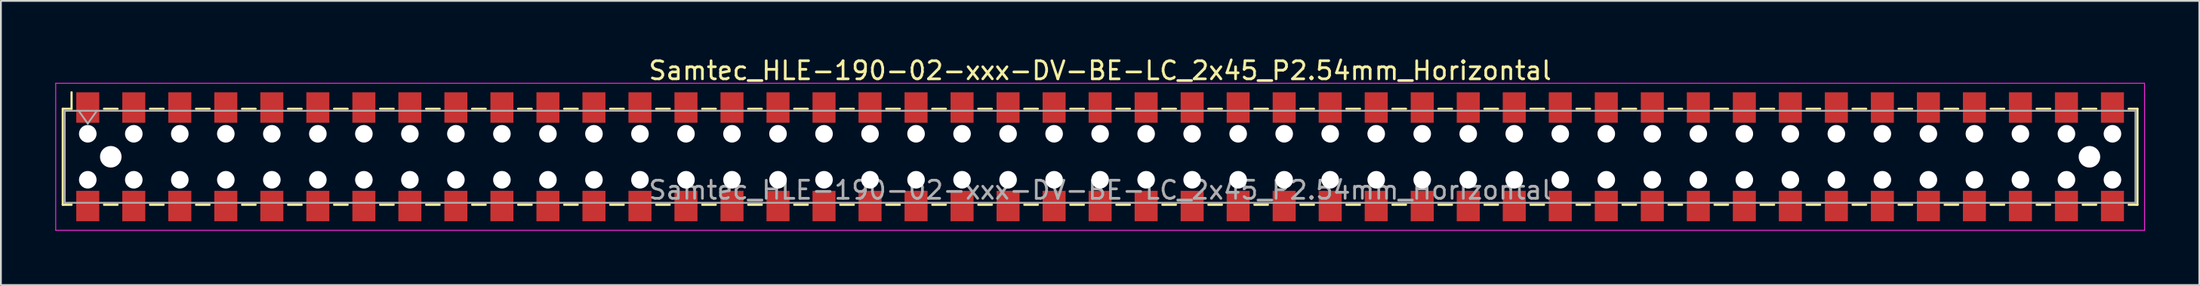
<source format=kicad_pcb>
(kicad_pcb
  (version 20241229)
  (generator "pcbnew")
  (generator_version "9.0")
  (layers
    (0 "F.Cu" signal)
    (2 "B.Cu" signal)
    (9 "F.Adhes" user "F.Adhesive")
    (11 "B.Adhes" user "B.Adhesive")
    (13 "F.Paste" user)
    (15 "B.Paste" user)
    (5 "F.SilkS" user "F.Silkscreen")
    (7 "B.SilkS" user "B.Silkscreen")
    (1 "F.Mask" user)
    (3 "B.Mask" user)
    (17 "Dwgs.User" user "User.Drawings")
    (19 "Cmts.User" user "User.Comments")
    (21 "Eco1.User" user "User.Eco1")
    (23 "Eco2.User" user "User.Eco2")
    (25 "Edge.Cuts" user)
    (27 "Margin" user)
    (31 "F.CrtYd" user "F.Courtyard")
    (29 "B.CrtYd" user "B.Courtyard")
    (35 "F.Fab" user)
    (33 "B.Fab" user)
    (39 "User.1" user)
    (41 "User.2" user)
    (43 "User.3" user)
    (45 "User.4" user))
  (footprint "Samtec_HLE-190-02-xxx-DV-BE-LC_2x45_P2.54mm_Horizontal"
    (layer "F.Cu")
    (at 57.675 5.608)
    (property "Reference" "Samtec_HLE-190-02-xxx-DV-BE-LC_2x45_P2.54mm_Horizontal" (at 0 -4.76 0) (layer "F.SilkS") (effects (font (size 1 1) (thickness 0.15))))
    (attr smd)
    (fp_line (start -57.26 -2.65) (end -57.26 2.65) (stroke (width 0.12) (type solid)) (layer "F.SilkS"))
    (fp_line (start -57.26 2.65) (end -56.775 2.65) (stroke (width 0.12) (type solid)) (layer "F.SilkS"))
    (fp_line (start -56.775 -3.56) (end -56.775 -2.65) (stroke (width 0.12) (type solid)) (layer "F.SilkS"))
    (fp_line (start -56.775 -2.65) (end -57.26 -2.65) (stroke (width 0.12) (type solid)) (layer "F.SilkS"))
    (fp_line (start -54.985 -2.65) (end -54.235 -2.65) (stroke (width 0.12) (type solid)) (layer "F.SilkS"))
    (fp_line (start -54.985 2.65) (end -54.235 2.65) (stroke (width 0.12) (type solid)) (layer "F.SilkS"))
    (fp_line (start -52.445 -2.65) (end -51.695 -2.65) (stroke (width 0.12) (type solid)) (layer "F.SilkS"))
    (fp_line (start -52.445 2.65) (end -51.695 2.65) (stroke (width 0.12) (type solid)) (layer "F.SilkS"))
    (fp_line (start -49.905 -2.65) (end -49.155 -2.65) (stroke (width 0.12) (type solid)) (layer "F.SilkS"))
    (fp_line (start -49.905 2.65) (end -49.155 2.65) (stroke (width 0.12) (type solid)) (layer "F.SilkS"))
    (fp_line (start -47.365 -2.65) (end -46.615 -2.65) (stroke (width 0.12) (type solid)) (layer "F.SilkS"))
    (fp_line (start -47.365 2.65) (end -46.615 2.65) (stroke (width 0.12) (type solid)) (layer "F.SilkS"))
    (fp_line (start -44.825 -2.65) (end -44.075 -2.65) (stroke (width 0.12) (type solid)) (layer "F.SilkS"))
    (fp_line (start -44.825 2.65) (end -44.075 2.65) (stroke (width 0.12) (type solid)) (layer "F.SilkS"))
    (fp_line (start -42.285 -2.65) (end -41.535 -2.65) (stroke (width 0.12) (type solid)) (layer "F.SilkS"))
    (fp_line (start -42.285 2.65) (end -41.535 2.65) (stroke (width 0.12) (type solid)) (layer "F.SilkS"))
    (fp_line (start -39.745 -2.65) (end -38.995 -2.65) (stroke (width 0.12) (type solid)) (layer "F.SilkS"))
    (fp_line (start -39.745 2.65) (end -38.995 2.65) (stroke (width 0.12) (type solid)) (layer "F.SilkS"))
    (fp_line (start -37.205 -2.65) (end -36.455 -2.65) (stroke (width 0.12) (type solid)) (layer "F.SilkS"))
    (fp_line (start -37.205 2.65) (end -36.455 2.65) (stroke (width 0.12) (type solid)) (layer "F.SilkS"))
    (fp_line (start -34.665 -2.65) (end -33.915 -2.65) (stroke (width 0.12) (type solid)) (layer "F.SilkS"))
    (fp_line (start -34.665 2.65) (end -33.915 2.65) (stroke (width 0.12) (type solid)) (layer "F.SilkS"))
    (fp_line (start -32.125 -2.65) (end -31.375 -2.65) (stroke (width 0.12) (type solid)) (layer "F.SilkS"))
    (fp_line (start -32.125 2.65) (end -31.375 2.65) (stroke (width 0.12) (type solid)) (layer "F.SilkS"))
    (fp_line (start -29.585 -2.65) (end -28.835 -2.65) (stroke (width 0.12) (type solid)) (layer "F.SilkS"))
    (fp_line (start -29.585 2.65) (end -28.835 2.65) (stroke (width 0.12) (type solid)) (layer "F.SilkS"))
    (fp_line (start -27.045 -2.65) (end -26.295 -2.65) (stroke (width 0.12) (type solid)) (layer "F.SilkS"))
    (fp_line (start -27.045 2.65) (end -26.295 2.65) (stroke (width 0.12) (type solid)) (layer "F.SilkS"))
    (fp_line (start -24.505 -2.65) (end -23.755 -2.65) (stroke (width 0.12) (type solid)) (layer "F.SilkS"))
    (fp_line (start -24.505 2.65) (end -23.755 2.65) (stroke (width 0.12) (type solid)) (layer "F.SilkS"))
    (fp_line (start -21.965 -2.65) (end -21.215 -2.65) (stroke (width 0.12) (type solid)) (layer "F.SilkS"))
    (fp_line (start -21.965 2.65) (end -21.215 2.65) (stroke (width 0.12) (type solid)) (layer "F.SilkS"))
    (fp_line (start -19.425 -2.65) (end -18.675 -2.65) (stroke (width 0.12) (type solid)) (layer "F.SilkS"))
    (fp_line (start -19.425 2.65) (end -18.675 2.65) (stroke (width 0.12) (type solid)) (layer "F.SilkS"))
    (fp_line (start -16.885 -2.65) (end -16.135 -2.65) (stroke (width 0.12) (type solid)) (layer "F.SilkS"))
    (fp_line (start -16.885 2.65) (end -16.135 2.65) (stroke (width 0.12) (type solid)) (layer "F.SilkS"))
    (fp_line (start -14.345 -2.65) (end -13.595 -2.65) (stroke (width 0.12) (type solid)) (layer "F.SilkS"))
    (fp_line (start -14.345 2.65) (end -13.595 2.65) (stroke (width 0.12) (type solid)) (layer "F.SilkS"))
    (fp_line (start -11.805 -2.65) (end -11.055 -2.65) (stroke (width 0.12) (type solid)) (layer "F.SilkS"))
    (fp_line (start -11.805 2.65) (end -11.055 2.65) (stroke (width 0.12) (type solid)) (layer "F.SilkS"))
    (fp_line (start -9.265 -2.65) (end -8.515 -2.65) (stroke (width 0.12) (type solid)) (layer "F.SilkS"))
    (fp_line (start -9.265 2.65) (end -8.515 2.65) (stroke (width 0.12) (type solid)) (layer "F.SilkS"))
    (fp_line (start -6.725 -2.65) (end -5.975 -2.65) (stroke (width 0.12) (type solid)) (layer "F.SilkS"))
    (fp_line (start -6.725 2.65) (end -5.975 2.65) (stroke (width 0.12) (type solid)) (layer "F.SilkS"))
    (fp_line (start -4.185 -2.65) (end -3.435 -2.65) (stroke (width 0.12) (type solid)) (layer "F.SilkS"))
    (fp_line (start -4.185 2.65) (end -3.435 2.65) (stroke (width 0.12) (type solid)) (layer "F.SilkS"))
    (fp_line (start -1.645 -2.65) (end -0.895 -2.65) (stroke (width 0.12) (type solid)) (layer "F.SilkS"))
    (fp_line (start -1.645 2.65) (end -0.895 2.65) (stroke (width 0.12) (type solid)) (layer "F.SilkS"))
    (fp_line (start 0.895 -2.65) (end 1.645 -2.65) (stroke (width 0.12) (type solid)) (layer "F.SilkS"))
    (fp_line (start 0.895 2.65) (end 1.645 2.65) (stroke (width 0.12) (type solid)) (layer "F.SilkS"))
    (fp_line (start 3.435 -2.65) (end 4.185 -2.65) (stroke (width 0.12) (type solid)) (layer "F.SilkS"))
    (fp_line (start 3.435 2.65) (end 4.185 2.65) (stroke (width 0.12) (type solid)) (layer "F.SilkS"))
    (fp_line (start 5.975 -2.65) (end 6.725 -2.65) (stroke (width 0.12) (type solid)) (layer "F.SilkS"))
    (fp_line (start 5.975 2.65) (end 6.725 2.65) (stroke (width 0.12) (type solid)) (layer "F.SilkS"))
    (fp_line (start 8.515 -2.65) (end 9.265 -2.65) (stroke (width 0.12) (type solid)) (layer "F.SilkS"))
    (fp_line (start 8.515 2.65) (end 9.265 2.65) (stroke (width 0.12) (type solid)) (layer "F.SilkS"))
    (fp_line (start 11.055 -2.65) (end 11.805 -2.65) (stroke (width 0.12) (type solid)) (layer "F.SilkS"))
    (fp_line (start 11.055 2.65) (end 11.805 2.65) (stroke (width 0.12) (type solid)) (layer "F.SilkS"))
    (fp_line (start 13.595 -2.65) (end 14.345 -2.65) (stroke (width 0.12) (type solid)) (layer "F.SilkS"))
    (fp_line (start 13.595 2.65) (end 14.345 2.65) (stroke (width 0.12) (type solid)) (layer "F.SilkS"))
    (fp_line (start 16.135 -2.65) (end 16.885 -2.65) (stroke (width 0.12) (type solid)) (layer "F.SilkS"))
    (fp_line (start 16.135 2.65) (end 16.885 2.65) (stroke (width 0.12) (type solid)) (layer "F.SilkS"))
    (fp_line (start 18.675 -2.65) (end 19.425 -2.65) (stroke (width 0.12) (type solid)) (layer "F.SilkS"))
    (fp_line (start 18.675 2.65) (end 19.425 2.65) (stroke (width 0.12) (type solid)) (layer "F.SilkS"))
    (fp_line (start 21.215 -2.65) (end 21.965 -2.65) (stroke (width 0.12) (type solid)) (layer "F.SilkS"))
    (fp_line (start 21.215 2.65) (end 21.965 2.65) (stroke (width 0.12) (type solid)) (layer "F.SilkS"))
    (fp_line (start 23.755 -2.65) (end 24.505 -2.65) (stroke (width 0.12) (type solid)) (layer "F.SilkS"))
    (fp_line (start 23.755 2.65) (end 24.505 2.65) (stroke (width 0.12) (type solid)) (layer "F.SilkS"))
    (fp_line (start 26.295 -2.65) (end 27.045 -2.65) (stroke (width 0.12) (type solid)) (layer "F.SilkS"))
    (fp_line (start 26.295 2.65) (end 27.045 2.65) (stroke (width 0.12) (type solid)) (layer "F.SilkS"))
    (fp_line (start 28.835 -2.65) (end 29.585 -2.65) (stroke (width 0.12) (type solid)) (layer "F.SilkS"))
    (fp_line (start 28.835 2.65) (end 29.585 2.65) (stroke (width 0.12) (type solid)) (layer "F.SilkS"))
    (fp_line (start 31.375 -2.65) (end 32.125 -2.65) (stroke (width 0.12) (type solid)) (layer "F.SilkS"))
    (fp_line (start 31.375 2.65) (end 32.125 2.65) (stroke (width 0.12) (type solid)) (layer "F.SilkS"))
    (fp_line (start 33.915 -2.65) (end 34.665 -2.65) (stroke (width 0.12) (type solid)) (layer "F.SilkS"))
    (fp_line (start 33.915 2.65) (end 34.665 2.65) (stroke (width 0.12) (type solid)) (layer "F.SilkS"))
    (fp_line (start 36.455 -2.65) (end 37.205 -2.65) (stroke (width 0.12) (type solid)) (layer "F.SilkS"))
    (fp_line (start 36.455 2.65) (end 37.205 2.65) (stroke (width 0.12) (type solid)) (layer "F.SilkS"))
    (fp_line (start 38.995 -2.65) (end 39.745 -2.65) (stroke (width 0.12) (type solid)) (layer "F.SilkS"))
    (fp_line (start 38.995 2.65) (end 39.745 2.65) (stroke (width 0.12) (type solid)) (layer "F.SilkS"))
    (fp_line (start 41.535 -2.65) (end 42.285 -2.65) (stroke (width 0.12) (type solid)) (layer "F.SilkS"))
    (fp_line (start 41.535 2.65) (end 42.285 2.65) (stroke (width 0.12) (type solid)) (layer "F.SilkS"))
    (fp_line (start 44.075 -2.65) (end 44.825 -2.65) (stroke (width 0.12) (type solid)) (layer "F.SilkS"))
    (fp_line (start 44.075 2.65) (end 44.825 2.65) (stroke (width 0.12) (type solid)) (layer "F.SilkS"))
    (fp_line (start 46.615 -2.65) (end 47.365 -2.65) (stroke (width 0.12) (type solid)) (layer "F.SilkS"))
    (fp_line (start 46.615 2.65) (end 47.365 2.65) (stroke (width 0.12) (type solid)) (layer "F.SilkS"))
    (fp_line (start 49.155 -2.65) (end 49.905 -2.65) (stroke (width 0.12) (type solid)) (layer "F.SilkS"))
    (fp_line (start 49.155 2.65) (end 49.905 2.65) (stroke (width 0.12) (type solid)) (layer "F.SilkS"))
    (fp_line (start 51.695 -2.65) (end 52.445 -2.65) (stroke (width 0.12) (type solid)) (layer "F.SilkS"))
    (fp_line (start 51.695 2.65) (end 52.445 2.65) (stroke (width 0.12) (type solid)) (layer "F.SilkS"))
    (fp_line (start 54.235 -2.65) (end 54.985 -2.65) (stroke (width 0.12) (type solid)) (layer "F.SilkS"))
    (fp_line (start 54.235 2.65) (end 54.985 2.65) (stroke (width 0.12) (type solid)) (layer "F.SilkS"))
    (fp_line (start 56.775 -2.65) (end 57.26 -2.65) (stroke (width 0.12) (type solid)) (layer "F.SilkS"))
    (fp_line (start 57.26 -2.65) (end 57.26 2.65) (stroke (width 0.12) (type solid)) (layer "F.SilkS"))
    (fp_line (start 57.26 2.65) (end 56.775 2.65) (stroke (width 0.12) (type solid)) (layer "F.SilkS"))
    (fp_line (start -57.65 -4.06) (end 57.65 -4.06) (stroke (width 0.05) (type solid)) (layer "F.CrtYd"))
    (fp_line (start -57.65 4.06) (end -57.65 -4.06) (stroke (width 0.05) (type solid)) (layer "F.CrtYd"))
    (fp_line (start 57.65 -4.06) (end 57.65 4.06) (stroke (width 0.05) (type solid)) (layer "F.CrtYd"))
    (fp_line (start 57.65 4.06) (end -57.65 4.06) (stroke (width 0.05) (type solid)) (layer "F.CrtYd"))
    (fp_line (start -57.15 -2.54) (end 57.15 -2.54) (stroke (width 0.1) (type solid)) (layer "F.Fab"))
    (fp_line (start -57.15 2.54) (end -57.15 -2.54) (stroke (width 0.1) (type solid)) (layer "F.Fab"))
    (fp_line (start -56.38 -2.54) (end -55.88 -1.833) (stroke (width 0.1) (type solid)) (layer "F.Fab"))
    (fp_line (start -55.88 -1.833) (end -55.38 -2.54) (stroke (width 0.1) (type solid)) (layer "F.Fab"))
    (fp_line (start 57.15 -2.54) (end 57.15 2.54) (stroke (width 0.1) (type solid)) (layer "F.Fab"))
    (fp_line (start 57.15 2.54) (end -57.15 2.54) (stroke (width 0.1) (type solid)) (layer "F.Fab"))
    (fp_text user "${REFERENCE}" (at 0 1.84 0) (layer "F.Fab") (effects (font (size 1 1) (thickness 0.15))))
    (pad "" np_thru_hole circle (at -55.88 -1.27) (size 0.97 0.97) (drill 0.97) (layers "*.Cu" "*.Mask"))
    (pad "" np_thru_hole circle (at -55.88 1.27) (size 0.97 0.97) (drill 0.97) (layers "*.Cu" "*.Mask"))
    (pad "" np_thru_hole circle (at -54.61 0) (size 1.19 1.19) (drill 1.19) (layers "*.Cu" "*.Mask"))
    (pad "" np_thru_hole circle (at -53.34 -1.27) (size 0.97 0.97) (drill 0.97) (layers "*.Cu" "*.Mask"))
    (pad "" np_thru_hole circle (at -53.34 1.27) (size 0.97 0.97) (drill 0.97) (layers "*.Cu" "*.Mask"))
    (pad "" np_thru_hole circle (at -50.8 -1.27) (size 0.97 0.97) (drill 0.97) (layers "*.Cu" "*.Mask"))
    (pad "" np_thru_hole circle (at -50.8 1.27) (size 0.97 0.97) (drill 0.97) (layers "*.Cu" "*.Mask"))
    (pad "" np_thru_hole circle (at -48.26 -1.27) (size 0.97 0.97) (drill 0.97) (layers "*.Cu" "*.Mask"))
    (pad "" np_thru_hole circle (at -48.26 1.27) (size 0.97 0.97) (drill 0.97) (layers "*.Cu" "*.Mask"))
    (pad "" np_thru_hole circle (at -45.72 -1.27) (size 0.97 0.97) (drill 0.97) (layers "*.Cu" "*.Mask"))
    (pad "" np_thru_hole circle (at -45.72 1.27) (size 0.97 0.97) (drill 0.97) (layers "*.Cu" "*.Mask"))
    (pad "" np_thru_hole circle (at -43.18 -1.27) (size 0.97 0.97) (drill 0.97) (layers "*.Cu" "*.Mask"))
    (pad "" np_thru_hole circle (at -43.18 1.27) (size 0.97 0.97) (drill 0.97) (layers "*.Cu" "*.Mask"))
    (pad "" np_thru_hole circle (at -40.64 -1.27) (size 0.97 0.97) (drill 0.97) (layers "*.Cu" "*.Mask"))
    (pad "" np_thru_hole circle (at -40.64 1.27) (size 0.97 0.97) (drill 0.97) (layers "*.Cu" "*.Mask"))
    (pad "" np_thru_hole circle (at -38.1 -1.27) (size 0.97 0.97) (drill 0.97) (layers "*.Cu" "*.Mask"))
    (pad "" np_thru_hole circle (at -38.1 1.27) (size 0.97 0.97) (drill 0.97) (layers "*.Cu" "*.Mask"))
    (pad "" np_thru_hole circle (at -35.56 -1.27) (size 0.97 0.97) (drill 0.97) (layers "*.Cu" "*.Mask"))
    (pad "" np_thru_hole circle (at -35.56 1.27) (size 0.97 0.97) (drill 0.97) (layers "*.Cu" "*.Mask"))
    (pad "" np_thru_hole circle (at -33.02 -1.27) (size 0.97 0.97) (drill 0.97) (layers "*.Cu" "*.Mask"))
    (pad "" np_thru_hole circle (at -33.02 1.27) (size 0.97 0.97) (drill 0.97) (layers "*.Cu" "*.Mask"))
    (pad "" np_thru_hole circle (at -30.48 -1.27) (size 0.97 0.97) (drill 0.97) (layers "*.Cu" "*.Mask"))
    (pad "" np_thru_hole circle (at -30.48 1.27) (size 0.97 0.97) (drill 0.97) (layers "*.Cu" "*.Mask"))
    (pad "" np_thru_hole circle (at -27.94 -1.27) (size 0.97 0.97) (drill 0.97) (layers "*.Cu" "*.Mask"))
    (pad "" np_thru_hole circle (at -27.94 1.27) (size 0.97 0.97) (drill 0.97) (layers "*.Cu" "*.Mask"))
    (pad "" np_thru_hole circle (at -25.4 -1.27) (size 0.97 0.97) (drill 0.97) (layers "*.Cu" "*.Mask"))
    (pad "" np_thru_hole circle (at -25.4 1.27) (size 0.97 0.97) (drill 0.97) (layers "*.Cu" "*.Mask"))
    (pad "" np_thru_hole circle (at -22.86 -1.27) (size 0.97 0.97) (drill 0.97) (layers "*.Cu" "*.Mask"))
    (pad "" np_thru_hole circle (at -22.86 1.27) (size 0.97 0.97) (drill 0.97) (layers "*.Cu" "*.Mask"))
    (pad "" np_thru_hole circle (at -20.32 -1.27) (size 0.97 0.97) (drill 0.97) (layers "*.Cu" "*.Mask"))
    (pad "" np_thru_hole circle (at -20.32 1.27) (size 0.97 0.97) (drill 0.97) (layers "*.Cu" "*.Mask"))
    (pad "" np_thru_hole circle (at -17.78 -1.27) (size 0.97 0.97) (drill 0.97) (layers "*.Cu" "*.Mask"))
    (pad "" np_thru_hole circle (at -17.78 1.27) (size 0.97 0.97) (drill 0.97) (layers "*.Cu" "*.Mask"))
    (pad "" np_thru_hole circle (at -15.24 -1.27) (size 0.97 0.97) (drill 0.97) (layers "*.Cu" "*.Mask"))
    (pad "" np_thru_hole circle (at -15.24 1.27) (size 0.97 0.97) (drill 0.97) (layers "*.Cu" "*.Mask"))
    (pad "" np_thru_hole circle (at -12.7 -1.27) (size 0.97 0.97) (drill 0.97) (layers "*.Cu" "*.Mask"))
    (pad "" np_thru_hole circle (at -12.7 1.27) (size 0.97 0.97) (drill 0.97) (layers "*.Cu" "*.Mask"))
    (pad "" np_thru_hole circle (at -10.16 -1.27) (size 0.97 0.97) (drill 0.97) (layers "*.Cu" "*.Mask"))
    (pad "" np_thru_hole circle (at -10.16 1.27) (size 0.97 0.97) (drill 0.97) (layers "*.Cu" "*.Mask"))
    (pad "" np_thru_hole circle (at -7.62 -1.27) (size 0.97 0.97) (drill 0.97) (layers "*.Cu" "*.Mask"))
    (pad "" np_thru_hole circle (at -7.62 1.27) (size 0.97 0.97) (drill 0.97) (layers "*.Cu" "*.Mask"))
    (pad "" np_thru_hole circle (at -5.08 -1.27) (size 0.97 0.97) (drill 0.97) (layers "*.Cu" "*.Mask"))
    (pad "" np_thru_hole circle (at -5.08 1.27) (size 0.97 0.97) (drill 0.97) (layers "*.Cu" "*.Mask"))
    (pad "" np_thru_hole circle (at -2.54 -1.27) (size 0.97 0.97) (drill 0.97) (layers "*.Cu" "*.Mask"))
    (pad "" np_thru_hole circle (at -2.54 1.27) (size 0.97 0.97) (drill 0.97) (layers "*.Cu" "*.Mask"))
    (pad "" np_thru_hole circle (at 0 -1.27) (size 0.97 0.97) (drill 0.97) (layers "*.Cu" "*.Mask"))
    (pad "" np_thru_hole circle (at 0 1.27) (size 0.97 0.97) (drill 0.97) (layers "*.Cu" "*.Mask"))
    (pad "" np_thru_hole circle (at 2.54 -1.27) (size 0.97 0.97) (drill 0.97) (layers "*.Cu" "*.Mask"))
    (pad "" np_thru_hole circle (at 2.54 1.27) (size 0.97 0.97) (drill 0.97) (layers "*.Cu" "*.Mask"))
    (pad "" np_thru_hole circle (at 5.08 -1.27) (size 0.97 0.97) (drill 0.97) (layers "*.Cu" "*.Mask"))
    (pad "" np_thru_hole circle (at 5.08 1.27) (size 0.97 0.97) (drill 0.97) (layers "*.Cu" "*.Mask"))
    (pad "" np_thru_hole circle (at 7.62 -1.27) (size 0.97 0.97) (drill 0.97) (layers "*.Cu" "*.Mask"))
    (pad "" np_thru_hole circle (at 7.62 1.27) (size 0.97 0.97) (drill 0.97) (layers "*.Cu" "*.Mask"))
    (pad "" np_thru_hole circle (at 10.16 -1.27) (size 0.97 0.97) (drill 0.97) (layers "*.Cu" "*.Mask"))
    (pad "" np_thru_hole circle (at 10.16 1.27) (size 0.97 0.97) (drill 0.97) (layers "*.Cu" "*.Mask"))
    (pad "" np_thru_hole circle (at 12.7 -1.27) (size 0.97 0.97) (drill 0.97) (layers "*.Cu" "*.Mask"))
    (pad "" np_thru_hole circle (at 12.7 1.27) (size 0.97 0.97) (drill 0.97) (layers "*.Cu" "*.Mask"))
    (pad "" np_thru_hole circle (at 15.24 -1.27) (size 0.97 0.97) (drill 0.97) (layers "*.Cu" "*.Mask"))
    (pad "" np_thru_hole circle (at 15.24 1.27) (size 0.97 0.97) (drill 0.97) (layers "*.Cu" "*.Mask"))
    (pad "" np_thru_hole circle (at 17.78 -1.27) (size 0.97 0.97) (drill 0.97) (layers "*.Cu" "*.Mask"))
    (pad "" np_thru_hole circle (at 17.78 1.27) (size 0.97 0.97) (drill 0.97) (layers "*.Cu" "*.Mask"))
    (pad "" np_thru_hole circle (at 20.32 -1.27) (size 0.97 0.97) (drill 0.97) (layers "*.Cu" "*.Mask"))
    (pad "" np_thru_hole circle (at 20.32 1.27) (size 0.97 0.97) (drill 0.97) (layers "*.Cu" "*.Mask"))
    (pad "" np_thru_hole circle (at 22.86 -1.27) (size 0.97 0.97) (drill 0.97) (layers "*.Cu" "*.Mask"))
    (pad "" np_thru_hole circle (at 22.86 1.27) (size 0.97 0.97) (drill 0.97) (layers "*.Cu" "*.Mask"))
    (pad "" np_thru_hole circle (at 25.4 -1.27) (size 0.97 0.97) (drill 0.97) (layers "*.Cu" "*.Mask"))
    (pad "" np_thru_hole circle (at 25.4 1.27) (size 0.97 0.97) (drill 0.97) (layers "*.Cu" "*.Mask"))
    (pad "" np_thru_hole circle (at 27.94 -1.27) (size 0.97 0.97) (drill 0.97) (layers "*.Cu" "*.Mask"))
    (pad "" np_thru_hole circle (at 27.94 1.27) (size 0.97 0.97) (drill 0.97) (layers "*.Cu" "*.Mask"))
    (pad "" np_thru_hole circle (at 30.48 -1.27) (size 0.97 0.97) (drill 0.97) (layers "*.Cu" "*.Mask"))
    (pad "" np_thru_hole circle (at 30.48 1.27) (size 0.97 0.97) (drill 0.97) (layers "*.Cu" "*.Mask"))
    (pad "" np_thru_hole circle (at 33.02 -1.27) (size 0.97 0.97) (drill 0.97) (layers "*.Cu" "*.Mask"))
    (pad "" np_thru_hole circle (at 33.02 1.27) (size 0.97 0.97) (drill 0.97) (layers "*.Cu" "*.Mask"))
    (pad "" np_thru_hole circle (at 35.56 -1.27) (size 0.97 0.97) (drill 0.97) (layers "*.Cu" "*.Mask"))
    (pad "" np_thru_hole circle (at 35.56 1.27) (size 0.97 0.97) (drill 0.97) (layers "*.Cu" "*.Mask"))
    (pad "" np_thru_hole circle (at 38.1 -1.27) (size 0.97 0.97) (drill 0.97) (layers "*.Cu" "*.Mask"))
    (pad "" np_thru_hole circle (at 38.1 1.27) (size 0.97 0.97) (drill 0.97) (layers "*.Cu" "*.Mask"))
    (pad "" np_thru_hole circle (at 40.64 -1.27) (size 0.97 0.97) (drill 0.97) (layers "*.Cu" "*.Mask"))
    (pad "" np_thru_hole circle (at 40.64 1.27) (size 0.97 0.97) (drill 0.97) (layers "*.Cu" "*.Mask"))
    (pad "" np_thru_hole circle (at 43.18 -1.27) (size 0.97 0.97) (drill 0.97) (layers "*.Cu" "*.Mask"))
    (pad "" np_thru_hole circle (at 43.18 1.27) (size 0.97 0.97) (drill 0.97) (layers "*.Cu" "*.Mask"))
    (pad "" np_thru_hole circle (at 45.72 -1.27) (size 0.97 0.97) (drill 0.97) (layers "*.Cu" "*.Mask"))
    (pad "" np_thru_hole circle (at 45.72 1.27) (size 0.97 0.97) (drill 0.97) (layers "*.Cu" "*.Mask"))
    (pad "" np_thru_hole circle (at 48.26 -1.27) (size 0.97 0.97) (drill 0.97) (layers "*.Cu" "*.Mask"))
    (pad "" np_thru_hole circle (at 48.26 1.27) (size 0.97 0.97) (drill 0.97) (layers "*.Cu" "*.Mask"))
    (pad "" np_thru_hole circle (at 50.8 -1.27) (size 0.97 0.97) (drill 0.97) (layers "*.Cu" "*.Mask"))
    (pad "" np_thru_hole circle (at 50.8 1.27) (size 0.97 0.97) (drill 0.97) (layers "*.Cu" "*.Mask"))
    (pad "" np_thru_hole circle (at 53.34 -1.27) (size 0.97 0.97) (drill 0.97) (layers "*.Cu" "*.Mask"))
    (pad "" np_thru_hole circle (at 53.34 1.27) (size 0.97 0.97) (drill 0.97) (layers "*.Cu" "*.Mask"))
    (pad "" np_thru_hole circle (at 54.61 0) (size 1.19 1.19) (drill 1.19) (layers "*.Cu" "*.Mask"))
    (pad "" np_thru_hole circle (at 55.88 -1.27) (size 0.97 0.97) (drill 0.97) (layers "*.Cu" "*.Mask"))
    (pad "" np_thru_hole circle (at 55.88 1.27) (size 0.97 0.97) (drill 0.97) (layers "*.Cu" "*.Mask"))
    (pad "1" smd rect (at -55.88 -2.72) (size 1.27 1.68) (layers "F.Cu" "F.Mask" "F.Paste"))
    (pad "2" smd rect (at -55.88 2.72) (size 1.27 1.68) (layers "F.Cu" "F.Mask" "F.Paste"))
    (pad "3" smd rect (at -53.34 -2.72) (size 1.27 1.68) (layers "F.Cu" "F.Mask" "F.Paste"))
    (pad "4" smd rect (at -53.34 2.72) (size 1.27 1.68) (layers "F.Cu" "F.Mask" "F.Paste"))
    (pad "5" smd rect (at -50.8 -2.72) (size 1.27 1.68) (layers "F.Cu" "F.Mask" "F.Paste"))
    (pad "6" smd rect (at -50.8 2.72) (size 1.27 1.68) (layers "F.Cu" "F.Mask" "F.Paste"))
    (pad "7" smd rect (at -48.26 -2.72) (size 1.27 1.68) (layers "F.Cu" "F.Mask" "F.Paste"))
    (pad "8" smd rect (at -48.26 2.72) (size 1.27 1.68) (layers "F.Cu" "F.Mask" "F.Paste"))
    (pad "9" smd rect (at -45.72 -2.72) (size 1.27 1.68) (layers "F.Cu" "F.Mask" "F.Paste"))
    (pad "10" smd rect (at -45.72 2.72) (size 1.27 1.68) (layers "F.Cu" "F.Mask" "F.Paste"))
    (pad "11" smd rect (at -43.18 -2.72) (size 1.27 1.68) (layers "F.Cu" "F.Mask" "F.Paste"))
    (pad "12" smd rect (at -43.18 2.72) (size 1.27 1.68) (layers "F.Cu" "F.Mask" "F.Paste"))
    (pad "13" smd rect (at -40.64 -2.72) (size 1.27 1.68) (layers "F.Cu" "F.Mask" "F.Paste"))
    (pad "14" smd rect (at -40.64 2.72) (size 1.27 1.68) (layers "F.Cu" "F.Mask" "F.Paste"))
    (pad "15" smd rect (at -38.1 -2.72) (size 1.27 1.68) (layers "F.Cu" "F.Mask" "F.Paste"))
    (pad "16" smd rect (at -38.1 2.72) (size 1.27 1.68) (layers "F.Cu" "F.Mask" "F.Paste"))
    (pad "17" smd rect (at -35.56 -2.72) (size 1.27 1.68) (layers "F.Cu" "F.Mask" "F.Paste"))
    (pad "18" smd rect (at -35.56 2.72) (size 1.27 1.68) (layers "F.Cu" "F.Mask" "F.Paste"))
    (pad "19" smd rect (at -33.02 -2.72) (size 1.27 1.68) (layers "F.Cu" "F.Mask" "F.Paste"))
    (pad "20" smd rect (at -33.02 2.72) (size 1.27 1.68) (layers "F.Cu" "F.Mask" "F.Paste"))
    (pad "21" smd rect (at -30.48 -2.72) (size 1.27 1.68) (layers "F.Cu" "F.Mask" "F.Paste"))
    (pad "22" smd rect (at -30.48 2.72) (size 1.27 1.68) (layers "F.Cu" "F.Mask" "F.Paste"))
    (pad "23" smd rect (at -27.94 -2.72) (size 1.27 1.68) (layers "F.Cu" "F.Mask" "F.Paste"))
    (pad "24" smd rect (at -27.94 2.72) (size 1.27 1.68) (layers "F.Cu" "F.Mask" "F.Paste"))
    (pad "25" smd rect (at -25.4 -2.72) (size 1.27 1.68) (layers "F.Cu" "F.Mask" "F.Paste"))
    (pad "26" smd rect (at -25.4 2.72) (size 1.27 1.68) (layers "F.Cu" "F.Mask" "F.Paste"))
    (pad "27" smd rect (at -22.86 -2.72) (size 1.27 1.68) (layers "F.Cu" "F.Mask" "F.Paste"))
    (pad "28" smd rect (at -22.86 2.72) (size 1.27 1.68) (layers "F.Cu" "F.Mask" "F.Paste"))
    (pad "29" smd rect (at -20.32 -2.72) (size 1.27 1.68) (layers "F.Cu" "F.Mask" "F.Paste"))
    (pad "30" smd rect (at -20.32 2.72) (size 1.27 1.68) (layers "F.Cu" "F.Mask" "F.Paste"))
    (pad "31" smd rect (at -17.78 -2.72) (size 1.27 1.68) (layers "F.Cu" "F.Mask" "F.Paste"))
    (pad "32" smd rect (at -17.78 2.72) (size 1.27 1.68) (layers "F.Cu" "F.Mask" "F.Paste"))
    (pad "33" smd rect (at -15.24 -2.72) (size 1.27 1.68) (layers "F.Cu" "F.Mask" "F.Paste"))
    (pad "34" smd rect (at -15.24 2.72) (size 1.27 1.68) (layers "F.Cu" "F.Mask" "F.Paste"))
    (pad "35" smd rect (at -12.7 -2.72) (size 1.27 1.68) (layers "F.Cu" "F.Mask" "F.Paste"))
    (pad "36" smd rect (at -12.7 2.72) (size 1.27 1.68) (layers "F.Cu" "F.Mask" "F.Paste"))
    (pad "37" smd rect (at -10.16 -2.72) (size 1.27 1.68) (layers "F.Cu" "F.Mask" "F.Paste"))
    (pad "38" smd rect (at -10.16 2.72) (size 1.27 1.68) (layers "F.Cu" "F.Mask" "F.Paste"))
    (pad "39" smd rect (at -7.62 -2.72) (size 1.27 1.68) (layers "F.Cu" "F.Mask" "F.Paste"))
    (pad "40" smd rect (at -7.62 2.72) (size 1.27 1.68) (layers "F.Cu" "F.Mask" "F.Paste"))
    (pad "41" smd rect (at -5.08 -2.72) (size 1.27 1.68) (layers "F.Cu" "F.Mask" "F.Paste"))
    (pad "42" smd rect (at -5.08 2.72) (size 1.27 1.68) (layers "F.Cu" "F.Mask" "F.Paste"))
    (pad "43" smd rect (at -2.54 -2.72) (size 1.27 1.68) (layers "F.Cu" "F.Mask" "F.Paste"))
    (pad "44" smd rect (at -2.54 2.72) (size 1.27 1.68) (layers "F.Cu" "F.Mask" "F.Paste"))
    (pad "45" smd rect (at 0 -2.72) (size 1.27 1.68) (layers "F.Cu" "F.Mask" "F.Paste"))
    (pad "46" smd rect (at 0 2.72) (size 1.27 1.68) (layers "F.Cu" "F.Mask" "F.Paste"))
    (pad "47" smd rect (at 2.54 -2.72) (size 1.27 1.68) (layers "F.Cu" "F.Mask" "F.Paste"))
    (pad "48" smd rect (at 2.54 2.72) (size 1.27 1.68) (layers "F.Cu" "F.Mask" "F.Paste"))
    (pad "49" smd rect (at 5.08 -2.72) (size 1.27 1.68) (layers "F.Cu" "F.Mask" "F.Paste"))
    (pad "50" smd rect (at 5.08 2.72) (size 1.27 1.68) (layers "F.Cu" "F.Mask" "F.Paste"))
    (pad "51" smd rect (at 7.62 -2.72) (size 1.27 1.68) (layers "F.Cu" "F.Mask" "F.Paste"))
    (pad "52" smd rect (at 7.62 2.72) (size 1.27 1.68) (layers "F.Cu" "F.Mask" "F.Paste"))
    (pad "53" smd rect (at 10.16 -2.72) (size 1.27 1.68) (layers "F.Cu" "F.Mask" "F.Paste"))
    (pad "54" smd rect (at 10.16 2.72) (size 1.27 1.68) (layers "F.Cu" "F.Mask" "F.Paste"))
    (pad "55" smd rect (at 12.7 -2.72) (size 1.27 1.68) (layers "F.Cu" "F.Mask" "F.Paste"))
    (pad "56" smd rect (at 12.7 2.72) (size 1.27 1.68) (layers "F.Cu" "F.Mask" "F.Paste"))
    (pad "57" smd rect (at 15.24 -2.72) (size 1.27 1.68) (layers "F.Cu" "F.Mask" "F.Paste"))
    (pad "58" smd rect (at 15.24 2.72) (size 1.27 1.68) (layers "F.Cu" "F.Mask" "F.Paste"))
    (pad "59" smd rect (at 17.78 -2.72) (size 1.27 1.68) (layers "F.Cu" "F.Mask" "F.Paste"))
    (pad "60" smd rect (at 17.78 2.72) (size 1.27 1.68) (layers "F.Cu" "F.Mask" "F.Paste"))
    (pad "61" smd rect (at 20.32 -2.72) (size 1.27 1.68) (layers "F.Cu" "F.Mask" "F.Paste"))
    (pad "62" smd rect (at 20.32 2.72) (size 1.27 1.68) (layers "F.Cu" "F.Mask" "F.Paste"))
    (pad "63" smd rect (at 22.86 -2.72) (size 1.27 1.68) (layers "F.Cu" "F.Mask" "F.Paste"))
    (pad "64" smd rect (at 22.86 2.72) (size 1.27 1.68) (layers "F.Cu" "F.Mask" "F.Paste"))
    (pad "65" smd rect (at 25.4 -2.72) (size 1.27 1.68) (layers "F.Cu" "F.Mask" "F.Paste"))
    (pad "66" smd rect (at 25.4 2.72) (size 1.27 1.68) (layers "F.Cu" "F.Mask" "F.Paste"))
    (pad "67" smd rect (at 27.94 -2.72) (size 1.27 1.68) (layers "F.Cu" "F.Mask" "F.Paste"))
    (pad "68" smd rect (at 27.94 2.72) (size 1.27 1.68) (layers "F.Cu" "F.Mask" "F.Paste"))
    (pad "69" smd rect (at 30.48 -2.72) (size 1.27 1.68) (layers "F.Cu" "F.Mask" "F.Paste"))
    (pad "70" smd rect (at 30.48 2.72) (size 1.27 1.68) (layers "F.Cu" "F.Mask" "F.Paste"))
    (pad "71" smd rect (at 33.02 -2.72) (size 1.27 1.68) (layers "F.Cu" "F.Mask" "F.Paste"))
    (pad "72" smd rect (at 33.02 2.72) (size 1.27 1.68) (layers "F.Cu" "F.Mask" "F.Paste"))
    (pad "73" smd rect (at 35.56 -2.72) (size 1.27 1.68) (layers "F.Cu" "F.Mask" "F.Paste"))
    (pad "74" smd rect (at 35.56 2.72) (size 1.27 1.68) (layers "F.Cu" "F.Mask" "F.Paste"))
    (pad "75" smd rect (at 38.1 -2.72) (size 1.27 1.68) (layers "F.Cu" "F.Mask" "F.Paste"))
    (pad "76" smd rect (at 38.1 2.72) (size 1.27 1.68) (layers "F.Cu" "F.Mask" "F.Paste"))
    (pad "77" smd rect (at 40.64 -2.72) (size 1.27 1.68) (layers "F.Cu" "F.Mask" "F.Paste"))
    (pad "78" smd rect (at 40.64 2.72) (size 1.27 1.68) (layers "F.Cu" "F.Mask" "F.Paste"))
    (pad "79" smd rect (at 43.18 -2.72) (size 1.27 1.68) (layers "F.Cu" "F.Mask" "F.Paste"))
    (pad "80" smd rect (at 43.18 2.72) (size 1.27 1.68) (layers "F.Cu" "F.Mask" "F.Paste"))
    (pad "81" smd rect (at 45.72 -2.72) (size 1.27 1.68) (layers "F.Cu" "F.Mask" "F.Paste"))
    (pad "82" smd rect (at 45.72 2.72) (size 1.27 1.68) (layers "F.Cu" "F.Mask" "F.Paste"))
    (pad "83" smd rect (at 48.26 -2.72) (size 1.27 1.68) (layers "F.Cu" "F.Mask" "F.Paste"))
    (pad "84" smd rect (at 48.26 2.72) (size 1.27 1.68) (layers "F.Cu" "F.Mask" "F.Paste"))
    (pad "85" smd rect (at 50.8 -2.72) (size 1.27 1.68) (layers "F.Cu" "F.Mask" "F.Paste"))
    (pad "86" smd rect (at 50.8 2.72) (size 1.27 1.68) (layers "F.Cu" "F.Mask" "F.Paste"))
    (pad "87" smd rect (at 53.34 -2.72) (size 1.27 1.68) (layers "F.Cu" "F.Mask" "F.Paste"))
    (pad "88" smd rect (at 53.34 2.72) (size 1.27 1.68) (layers "F.Cu" "F.Mask" "F.Paste"))
    (pad "89" smd rect (at 55.88 -2.72) (size 1.27 1.68) (layers "F.Cu" "F.Mask" "F.Paste"))
    (pad "90" smd rect (at 55.88 2.72) (size 1.27 1.68) (layers "F.Cu" "F.Mask" "F.Paste")))
  (gr_rect
    (start -3 -3)
    (end 118.35 12.693)
    (stroke (width 0.1) (type default))
    (fill no)
    (layer "Edge.Cuts")))
</source>
